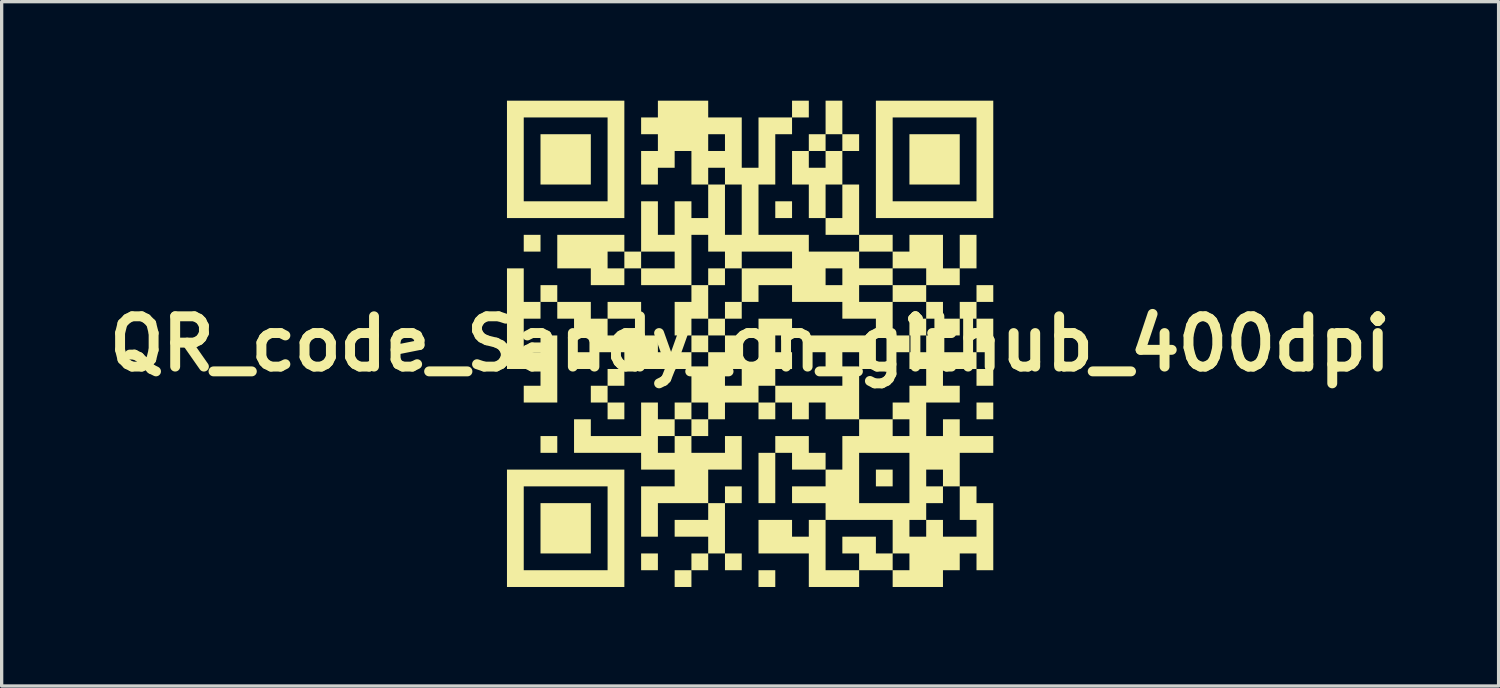
<source format=kicad_pcb>
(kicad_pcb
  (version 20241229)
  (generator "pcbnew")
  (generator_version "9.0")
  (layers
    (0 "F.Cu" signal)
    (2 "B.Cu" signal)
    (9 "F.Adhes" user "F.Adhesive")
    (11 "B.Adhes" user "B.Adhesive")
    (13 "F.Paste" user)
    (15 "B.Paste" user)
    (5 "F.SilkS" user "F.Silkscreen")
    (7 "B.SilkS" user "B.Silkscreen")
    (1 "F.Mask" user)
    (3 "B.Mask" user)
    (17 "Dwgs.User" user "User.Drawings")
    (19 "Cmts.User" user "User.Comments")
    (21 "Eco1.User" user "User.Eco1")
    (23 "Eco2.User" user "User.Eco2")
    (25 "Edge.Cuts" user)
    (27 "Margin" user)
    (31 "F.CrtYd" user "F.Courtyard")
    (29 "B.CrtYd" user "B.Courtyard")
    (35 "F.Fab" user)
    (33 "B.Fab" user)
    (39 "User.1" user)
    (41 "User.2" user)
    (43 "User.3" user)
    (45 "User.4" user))
  (footprint "QR_code_Sandy_on_github_400dpi"
    (layer "F.Cu")
    (at 19.674 7.366)
    (property "Reference" "QR_code_Sandy_on_github_400dpi" (at 0 0 0) (layer "F.SilkS") (effects (font (size 1.524 1.524) (thickness 0.3))))
    (attr board_only exclude_from_pos_files exclude_from_bom)
    (fp_poly (pts (xy -6.35 -2.794) (xy -6.858 -2.794) (xy -6.858 -3.302) (xy -6.35 -3.302)) (stroke (width 0) (type solid)) (fill yes) (layer "F.SilkS"))
    (fp_poly (pts (xy -5.842 -1.27) (xy -6.35 -1.27) (xy -6.35 -1.778) (xy -5.842 -1.778)) (stroke (width 0) (type solid)) (fill yes) (layer "F.SilkS"))
    (fp_poly (pts (xy -5.842 3.302) (xy -6.35 3.302) (xy -6.35 2.794) (xy -5.842 2.794)) (stroke (width 0) (type solid)) (fill yes) (layer "F.SilkS"))
    (fp_poly (pts (xy -4.826 -4.826) (xy -6.35 -4.826) (xy -6.35 -6.35) (xy -4.826 -6.35)) (stroke (width 0) (type solid)) (fill yes) (layer "F.SilkS"))
    (fp_poly (pts (xy -4.826 0.762) (xy -5.334 0.762) (xy -5.334 0.254) (xy -4.826 0.254)) (stroke (width 0) (type solid)) (fill yes) (layer "F.SilkS"))
    (fp_poly (pts (xy -4.826 6.35) (xy -6.35 6.35) (xy -6.35 4.826) (xy -4.826 4.826)) (stroke (width 0) (type solid)) (fill yes) (layer "F.SilkS"))
    (fp_poly (pts (xy -4.318 1.778) (xy -4.826 1.778) (xy -4.826 1.27) (xy -4.318 1.27)) (stroke (width 0) (type solid)) (fill yes) (layer "F.SilkS"))
    (fp_poly (pts (xy -3.81 1.27) (xy -4.318 1.27) (xy -4.318 0.762) (xy -3.81 0.762)) (stroke (width 0) (type solid)) (fill yes) (layer "F.SilkS"))
    (fp_poly (pts (xy -3.81 2.286) (xy -4.318 2.286) (xy -4.318 1.778) (xy -3.81 1.778)) (stroke (width 0) (type solid)) (fill yes) (layer "F.SilkS"))
    (fp_poly (pts (xy -3.302 -0.762) (xy -4.318 -0.762) (xy -4.318 -1.27) (xy -3.302 -1.27)) (stroke (width 0) (type solid)) (fill yes) (layer "F.SilkS"))
    (fp_poly (pts (xy -2.794 6.858) (xy -3.302 6.858) (xy -3.302 6.35) (xy -2.794 6.35)) (stroke (width 0) (type solid)) (fill yes) (layer "F.SilkS"))
    (fp_poly (pts (xy -1.778 7.366) (xy -2.286 7.366) (xy -2.286 6.858) (xy -1.778 6.858)) (stroke (width 0) (type solid)) (fill yes) (layer "F.SilkS"))
    (fp_poly (pts (xy -1.27 6.858) (xy -1.778 6.858) (xy -1.778 6.35) (xy -1.27 6.35)) (stroke (width 0) (type solid)) (fill yes) (layer "F.SilkS"))
    (fp_poly (pts (xy -0.762 -1.778) (xy -1.27 -1.778) (xy -1.27 -2.286) (xy -0.762 -2.286)) (stroke (width 0) (type solid)) (fill yes) (layer "F.SilkS"))
    (fp_poly (pts (xy -0.762 -0.254) (xy -1.27 -0.254) (xy -1.27 -0.762) (xy -0.762 -0.762)) (stroke (width 0) (type solid)) (fill yes) (layer "F.SilkS"))
    (fp_poly (pts (xy -0.254 -0.762) (xy -0.762 -0.762) (xy -0.762 -1.27) (xy -0.254 -1.27)) (stroke (width 0) (type solid)) (fill yes) (layer "F.SilkS"))
    (fp_poly (pts (xy -0.254 4.826) (xy -0.762 4.826) (xy -0.762 4.318) (xy -0.254 4.318)) (stroke (width 0) (type solid)) (fill yes) (layer "F.SilkS"))
    (fp_poly (pts (xy -0.254 6.858) (xy -0.762 6.858) (xy -0.762 6.35) (xy -0.254 6.35)) (stroke (width 0) (type solid)) (fill yes) (layer "F.SilkS"))
    (fp_poly (pts (xy 0.762 4.826) (xy 0.254 4.826) (xy 0.254 3.302) (xy 0.762 3.302)) (stroke (width 0) (type solid)) (fill yes) (layer "F.SilkS"))
    (fp_poly (pts (xy 0.762 7.366) (xy 0.254 7.366) (xy 0.254 6.858) (xy 0.762 6.858)) (stroke (width 0) (type solid)) (fill yes) (layer "F.SilkS"))
    (fp_poly (pts (xy 1.27 -3.81) (xy 0.762 -3.81) (xy 0.762 -4.318) (xy 1.27 -4.318)) (stroke (width 0) (type solid)) (fill yes) (layer "F.SilkS"))
    (fp_poly (pts (xy 1.778 -6.858) (xy 1.27 -6.858) (xy 1.27 -7.366) (xy 1.778 -7.366)) (stroke (width 0) (type solid)) (fill yes) (layer "F.SilkS"))
    (fp_poly (pts (xy 4.318 4.318) (xy 3.81 4.318) (xy 3.81 3.81) (xy 4.318 3.81)) (stroke (width 0) (type solid)) (fill yes) (layer "F.SilkS"))
    (fp_poly (pts (xy 4.826 0.254) (xy 4.318 0.254) (xy 4.318 -0.254) (xy 4.826 -0.254)) (stroke (width 0) (type solid)) (fill yes) (layer "F.SilkS"))
    (fp_poly (pts (xy 5.334 -0.254) (xy 4.826 -0.254) (xy 4.826 -0.762) (xy 5.334 -0.762)) (stroke (width 0) (type solid)) (fill yes) (layer "F.SilkS"))
    (fp_poly (pts (xy 6.35 -4.826) (xy 4.826 -4.826) (xy 4.826 -6.35) (xy 6.35 -6.35)) (stroke (width 0) (type solid)) (fill yes) (layer "F.SilkS"))
    (fp_poly (pts (xy 6.858 -2.286) (xy 6.35 -2.286) (xy 6.35 -3.302) (xy 6.858 -3.302)) (stroke (width 0) (type solid)) (fill yes) (layer "F.SilkS"))
    (fp_poly (pts (xy 6.858 -0.762) (xy 6.35 -0.762) (xy 6.35 -1.27) (xy 6.858 -1.27)) (stroke (width 0) (type solid)) (fill yes) (layer "F.SilkS"))
    (fp_poly (pts (xy 7.366 -1.27) (xy 6.858 -1.27) (xy 6.858 -1.778) (xy 7.366 -1.778)) (stroke (width 0) (type solid)) (fill yes) (layer "F.SilkS"))
    (fp_poly (pts (xy 7.366 0.254) (xy 6.858 0.254) (xy 6.858 -0.762) (xy 7.366 -0.762)) (stroke (width 0) (type solid)) (fill yes) (layer "F.SilkS"))
    (fp_poly (pts (xy 7.366 1.27) (xy 6.858 1.27) (xy 6.858 0.762) (xy 7.366 0.762)) (stroke (width 0) (type solid)) (fill yes) (layer "F.SilkS"))
    (fp_poly (pts (xy 7.366 2.286) (xy 6.858 2.286) (xy 6.858 1.778) (xy 7.366 1.778)) (stroke (width 0) (type solid)) (fill yes) (layer "F.SilkS"))
    (fp_poly (pts (xy 3.302 -3.302) (xy 2.286 -3.302) (xy 2.286 -3.81) (xy 2.794 -3.81) (xy 2.794 -4.826) (xy 3.302 -4.826)) (stroke (width 0) (type solid)) (fill yes) (layer "F.SilkS"))
    (fp_poly (pts (xy -0.762 6.35) (xy -1.27 6.35) (xy -1.27 5.842) (xy -2.286 5.842) (xy -2.286 5.334) (xy -1.27 5.334) (xy -1.27 4.826) (xy -0.762 4.826)) (stroke (width 0) (type solid)) (fill yes) (layer "F.SilkS"))
    (fp_poly (pts (xy 0.762 2.794) (xy 1.778 2.794) (xy 1.778 3.302) (xy 2.286 3.302) (xy 2.286 3.81) (xy 1.27 3.81) (xy 1.27 3.302) (xy 0.762 3.302)) (stroke (width 0) (type solid)) (fill yes) (layer "F.SilkS"))
    (fp_poly (pts (xy 3.81 0.762) (xy 3.302 0.762) (xy 3.302 0.254) (xy 2.794 0.254) (xy 2.794 0.762) (xy 2.286 0.762) (xy 2.286 0.254) (xy 1.778 0.254) (xy 1.778 -0.254) (xy 3.81 -0.254)) (stroke (width 0) (type solid)) (fill yes) (layer "F.SilkS"))
    (fp_poly (pts (xy -3.81 -3.81) (xy -7.366 -3.81) (xy -7.366 -4.318) (xy -6.858 -4.318) (xy -4.318 -4.318) (xy -4.318 -6.858) (xy -6.858 -6.858) (xy -6.858 -4.318) (xy -7.366 -4.318) (xy -7.366 -7.366) (xy -3.81 -7.366)) (stroke (width 0) (type solid)) (fill yes) (layer "F.SilkS"))
    (fp_poly (pts (xy -3.81 7.366) (xy -7.366 7.366) (xy -7.366 6.858) (xy -6.858 6.858) (xy -4.318 6.858) (xy -4.318 4.318) (xy -6.858 4.318) (xy -6.858 6.858) (xy -7.366 6.858) (xy -7.366 3.81) (xy -3.81 3.81)) (stroke (width 0) (type solid)) (fill yes) (layer "F.SilkS"))
    (fp_poly (pts (xy 7.366 -3.81) (xy 3.81 -3.81) (xy 3.81 -4.318) (xy 4.318 -4.318) (xy 6.858 -4.318) (xy 6.858 -6.858) (xy 4.318 -6.858) (xy 4.318 -4.318) (xy 3.81 -4.318) (xy 3.81 -7.366) (xy 7.366 -7.366)) (stroke (width 0) (type solid)) (fill yes) (layer "F.SilkS"))
    (fp_poly (pts (xy -6.858 -1.27) (xy -6.35 -1.27) (xy -6.35 -0.762) (xy -6.858 -0.762) (xy -6.858 0.254) (xy -6.35 0.254) (xy -6.35 -0.254) (xy -5.842 -0.254) (xy -5.842 1.778) (xy -6.858 1.778) (xy -6.858 1.27) (xy -6.35 1.27) (xy -6.35 0.762) (xy -7.366 0.762) (xy -7.366 -2.286) (xy -6.858 -2.286)) (stroke (width 0) (type solid)) (fill yes) (layer "F.SilkS"))
    (fp_poly (pts (xy 3.302 -6.35) (xy 3.302 -5.842) (xy 2.794 -5.842) (xy 2.794 -4.826) (xy 2.286 -4.826) (xy 2.286 -3.81) (xy 1.778 -3.81) (xy 1.778 -4.826) (xy 1.27 -4.826) (xy 1.27 -5.334) (xy 1.778 -5.334) (xy 2.286 -5.334) (xy 2.286 -5.842) (xy 2.794 -5.842) (xy 2.794 -6.35) (xy 2.286 -6.35) (xy 2.286 -5.842) (xy 1.778 -5.842) (xy 1.778 -5.334) (xy 1.27 -5.334) (xy 1.27 -5.842) (xy 1.778 -5.842) (xy 1.778 -6.35) (xy 2.286 -6.35) (xy 2.286 -7.366) (xy 2.794 -7.366) (xy 2.794 -6.35)) (stroke (width 0) (type solid)) (fill yes) (layer "F.SilkS"))
    (fp_poly (pts (xy 6.858 4.318) (xy 6.858 4.826) (xy 7.366 4.826) (xy 7.366 6.858) (xy 6.858 6.858) (xy 6.858 6.35) (xy 6.35 6.35) (xy 6.35 6.858) (xy 5.842 6.858) (xy 5.842 7.366) (xy 4.318 7.366) (xy 4.318 6.858) (xy 4.826 6.858) (xy 4.826 6.35) (xy 4.318 6.35) (xy 4.318 6.858) (xy 3.302 6.858) (xy 3.302 7.366) (xy 1.778 7.366) (xy 1.778 6.858) (xy 2.286 6.858) (xy 3.302 6.858) (xy 3.302 6.35) (xy 2.794 6.35) (xy 2.794 5.842) (xy 3.81 5.842) (xy 3.81 6.35) (xy 4.318 6.35) (xy 4.318 5.842) (xy 4.826 5.842) (xy 5.334 5.842) (xy 5.334 5.334) (xy 5.842 5.334) (xy 5.842 5.842) (xy 6.858 5.842) (xy 6.858 5.334) (xy 6.35 5.334) (xy 6.35 4.318) (xy 5.842 4.318) (xy 5.842 4.826) (xy 5.334 4.826) (xy 5.334 5.334) (xy 4.826 5.334) (xy 4.826 5.842) (xy 4.318 5.842) (xy 4.318 5.334) (xy 2.286 5.334) (xy 2.286 6.858) (xy 1.778 6.858) (xy 1.778 6.35) (xy 0.254 6.35) (xy 0.254 5.334) (xy 1.27 5.334) (xy 1.27 5.842) (xy 1.778 5.842) (xy 1.778 5.334) (xy 2.286 5.334) (xy 2.286 4.826) (xy 3.302 4.826) (xy 4.826 4.826) (xy 4.826 4.318) (xy 5.334 4.318) (xy 5.842 4.318) (xy 5.842 3.81) (xy 5.334 3.81) (xy 5.334 4.318) (xy 4.826 4.318) (xy 4.826 3.302) (xy 3.302 3.302) (xy 3.302 4.826) (xy 2.286 4.826) (xy 1.27 4.826) (xy 1.27 4.318) (xy 2.286 4.318) (xy 2.286 3.81) (xy 2.794 3.81) (xy 2.794 2.794) (xy 3.302 2.794) (xy 4.318 2.794) (xy 4.826 2.794) (xy 4.826 2.286) (xy 4.318 2.286) (xy 4.318 2.794) (xy 3.302 2.794) (xy 3.302 2.286) (xy 2.286 2.286) (xy 2.286 1.778) (xy 1.778 1.778) (xy 1.778 2.286) (xy 1.27 2.286) (xy 1.27 1.778) (xy 0.762 1.778) (xy 0.762 2.286) (xy 0.254 2.286) (xy 0.254 1.778) (xy 0.762 1.778) (xy 0.762 1.27) (xy 0.254 1.27) (xy 0.254 1.778) (xy -0.762 1.778) (xy -0.762 2.286) (xy -1.27 2.286) (xy -1.27 2.794) (xy -1.778 2.794) (xy -1.778 3.302) (xy -0.762 3.302) (xy -0.762 2.794) (xy -0.254 2.794) (xy -0.254 3.81) (xy -1.27 3.81) (xy -1.27 4.826) (xy -2.794 4.826) (xy -2.794 5.842) (xy -3.302 5.842) (xy -3.302 4.318) (xy -2.286 4.318) (xy -2.286 3.81) (xy -3.302 3.81) (xy -3.302 3.302) (xy -2.794 3.302) (xy -2.286 3.302) (xy -2.286 2.794) (xy -1.778 2.794) (xy -1.778 2.286) (xy -1.27 2.286) (xy -1.27 1.778) (xy -1.778 1.778) (xy -1.778 2.286) (xy -2.286 2.286) (xy -2.286 2.794) (xy -2.794 2.794) (xy -2.794 3.302) (xy -3.302 3.302) (xy -5.334 3.302) (xy -5.334 2.286) (xy -4.826 2.286) (xy -4.826 2.794) (xy -3.302 2.794) (xy -3.302 1.778) (xy -2.794 1.778) (xy -2.794 2.286) (xy -2.286 2.286) (xy -2.286 1.778) (xy -1.778 1.778) (xy -1.778 1.27) (xy -0.762 1.27) (xy -0.254 1.27) (xy -0.254 0.762) (xy -0.762 0.762) (xy -0.762 1.27) (xy -1.778 1.27) (xy -1.778 0.762) (xy -1.27 0.762) (xy -1.27 0.254) (xy -1.778 0.254) (xy -1.778 0.762) (xy -3.81 0.762) (xy -3.81 0.254) (xy -4.826 0.254) (xy -4.826 -0.254) (xy -5.334 -0.254) (xy -5.334 -0.762) (xy -5.842 -0.762) (xy -5.842 -1.27) (xy -4.826 -1.27) (xy -4.826 -0.762) (xy -4.318 -0.762) (xy -4.318 -0.254) (xy -2.794 -0.254) (xy -2.794 0.254) (xy -1.778 0.254) (xy -1.778 -0.254) (xy -1.27 -0.254) (xy -1.27 0.254) (xy -0.762 0.254) (xy -0.762 -0.254) (xy -0.254 -0.254) (xy -0.254 0.762) (xy 0.254 0.762) (xy 0.254 -0.762) (xy 1.27 -0.762) (xy 1.27 -0.254) (xy 0.762 -0.254) (xy 0.762 0.254) (xy 1.27 0.254) (xy 1.27 0.762) (xy 0.762 0.762) (xy 0.762 1.27) (xy 2.794 1.27) (xy 2.794 0.762) (xy 3.302 0.762) (xy 3.302 2.286) (xy 4.318 2.286) (xy 4.318 1.778) (xy 4.826 1.778) (xy 4.826 1.27) (xy 5.334 1.27) (xy 5.334 0.762) (xy 4.826 0.762) (xy 4.826 0.254) (xy 5.334 0.254) (xy 5.334 -0.254) (xy 5.842 -0.254) (xy 5.842 -0.762) (xy 5.334 -0.762) (xy 5.334 -1.27) (xy 4.318 -1.27) (xy 4.318 -0.254) (xy 3.81 -0.254) (xy 3.81 -0.762) (xy 2.794 -0.762) (xy 2.794 -1.27) (xy 3.302 -1.27) (xy 4.318 -1.27) (xy 4.318 -1.778) (xy 5.334 -1.778) (xy 5.334 -2.286) (xy 4.318 -2.286) (xy 4.318 -1.778) (xy 3.302 -1.778) (xy 3.302 -1.27) (xy 2.794 -1.27) (xy 1.27 -1.27) (xy 1.27 -1.778) (xy 2.286 -1.778) (xy 2.794 -1.778) (xy 2.794 -2.286) (xy 3.302 -2.286) (xy 4.318 -2.286) (xy 4.318 -2.794) (xy 3.302 -2.794) (xy 3.302 -2.286) (xy 2.794 -2.286) (xy 2.286 -2.286) (xy 2.286 -1.778) (xy 1.27 -1.778) (xy 0.254 -1.778) (xy 0.254 -1.27) (xy -0.254 -1.27) (xy -0.254 -2.286) (xy 1.27 -2.286) (xy 1.27 -2.794) (xy -0.254 -2.794) (xy -0.254 -2.286) (xy -0.762 -2.286) (xy -0.762 -2.794) (xy -1.27 -2.794) (xy -1.27 -3.302) (xy -0.762 -3.302) (xy -0.254 -3.302) (xy -0.254 -4.826) (xy -0.762 -4.826) (xy -0.762 -3.302) (xy -1.27 -3.302) (xy -1.778 -3.302) (xy -1.778 -1.778) (xy -1.27 -1.778) (xy -1.27 -0.762) (xy -1.778 -0.762) (xy -1.778 -0.254) (xy -2.286 -0.254) (xy -2.286 -1.27) (xy -1.778 -1.27) (xy -1.778 -1.778) (xy -3.302 -1.778) (xy -3.302 -2.286) (xy -2.286 -2.286) (xy -2.286 -2.794) (xy -3.302 -2.794) (xy -3.302 -2.286) (xy -3.81 -2.286) (xy -3.81 -1.778) (xy -4.826 -1.778) (xy -4.826 -2.286) (xy -4.318 -2.286) (xy -3.81 -2.286) (xy -3.81 -2.794) (xy -4.318 -2.794) (xy -4.318 -2.286) (xy -4.826 -2.286) (xy -5.842 -2.286) (xy -5.842 -3.302) (xy -3.81 -3.302) (xy -3.81 -2.794) (xy -3.302 -2.794) (xy -3.302 -4.318) (xy -2.794 -4.318) (xy -2.794 -3.302) (xy -2.286 -3.302) (xy -2.286 -4.318) (xy -1.778 -4.318) (xy -1.778 -3.81) (xy -1.27 -3.81) (xy -1.27 -4.826) (xy -0.762 -4.826) (xy -0.762 -5.334) (xy -1.27 -5.334) (xy -1.27 -4.826) (xy -1.778 -4.826) (xy -1.778 -5.842) (xy -1.27 -5.842) (xy -0.762 -5.842) (xy -0.762 -6.35) (xy -1.27 -6.35) (xy -1.27 -5.842) (xy -1.778 -5.842) (xy -2.286 -5.842) (xy -2.286 -5.334) (xy -2.794 -5.334) (xy -2.794 -4.826) (xy -3.302 -4.826) (xy -3.302 -5.842) (xy -2.794 -5.842) (xy -2.794 -6.35) (xy -3.302 -6.35) (xy -3.302 -6.858) (xy -2.794 -6.858) (xy -2.794 -7.366) (xy -1.27 -7.366) (xy -1.27 -6.858) (xy -0.254 -6.858) (xy -0.254 -5.334) (xy 0.254 -5.334) (xy 0.254 -6.858) (xy 1.27 -6.858) (xy 1.27 -6.35) (xy 0.762 -6.35) (xy 0.762 -4.826) (xy 0.254 -4.826) (xy 0.254 -3.302) (xy 1.778 -3.302) (xy 1.778 -2.794) (xy 3.302 -2.794) (xy 3.302 -3.302) (xy 4.318 -3.302) (xy 4.318 -2.794) (xy 4.826 -2.794) (xy 4.826 -3.302) (xy 5.842 -3.302) (xy 5.842 -2.286) (xy 6.35 -2.286) (xy 6.35 -1.778) (xy 5.334 -1.778) (xy 5.334 -1.27) (xy 5.842 -1.27) (xy 5.842 -0.762) (xy 6.35 -0.762) (xy 6.35 -0.254) (xy 5.842 -0.254) (xy 5.842 0.254) (xy 6.858 0.254) (xy 6.858 0.762) (xy 5.842 0.762) (xy 5.842 1.27) (xy 6.35 1.27) (xy 6.35 1.778) (xy 5.334 1.778) (xy 5.334 2.794) (xy 5.842 2.794) (xy 5.842 2.286) (xy 6.35 2.286) (xy 6.35 2.794) (xy 7.366 2.794) (xy 7.366 3.302) (xy 6.35 3.302) (xy 6.35 4.318)) (stroke (width 0) (type solid)) (fill yes) (layer "F.SilkS")))
  (gr_rect
    (start -3 -3)
    (end 42.348 17.732)
    (stroke (width 0.1) (type default))
    (fill no)
    (layer "Edge.Cuts")))
</source>
